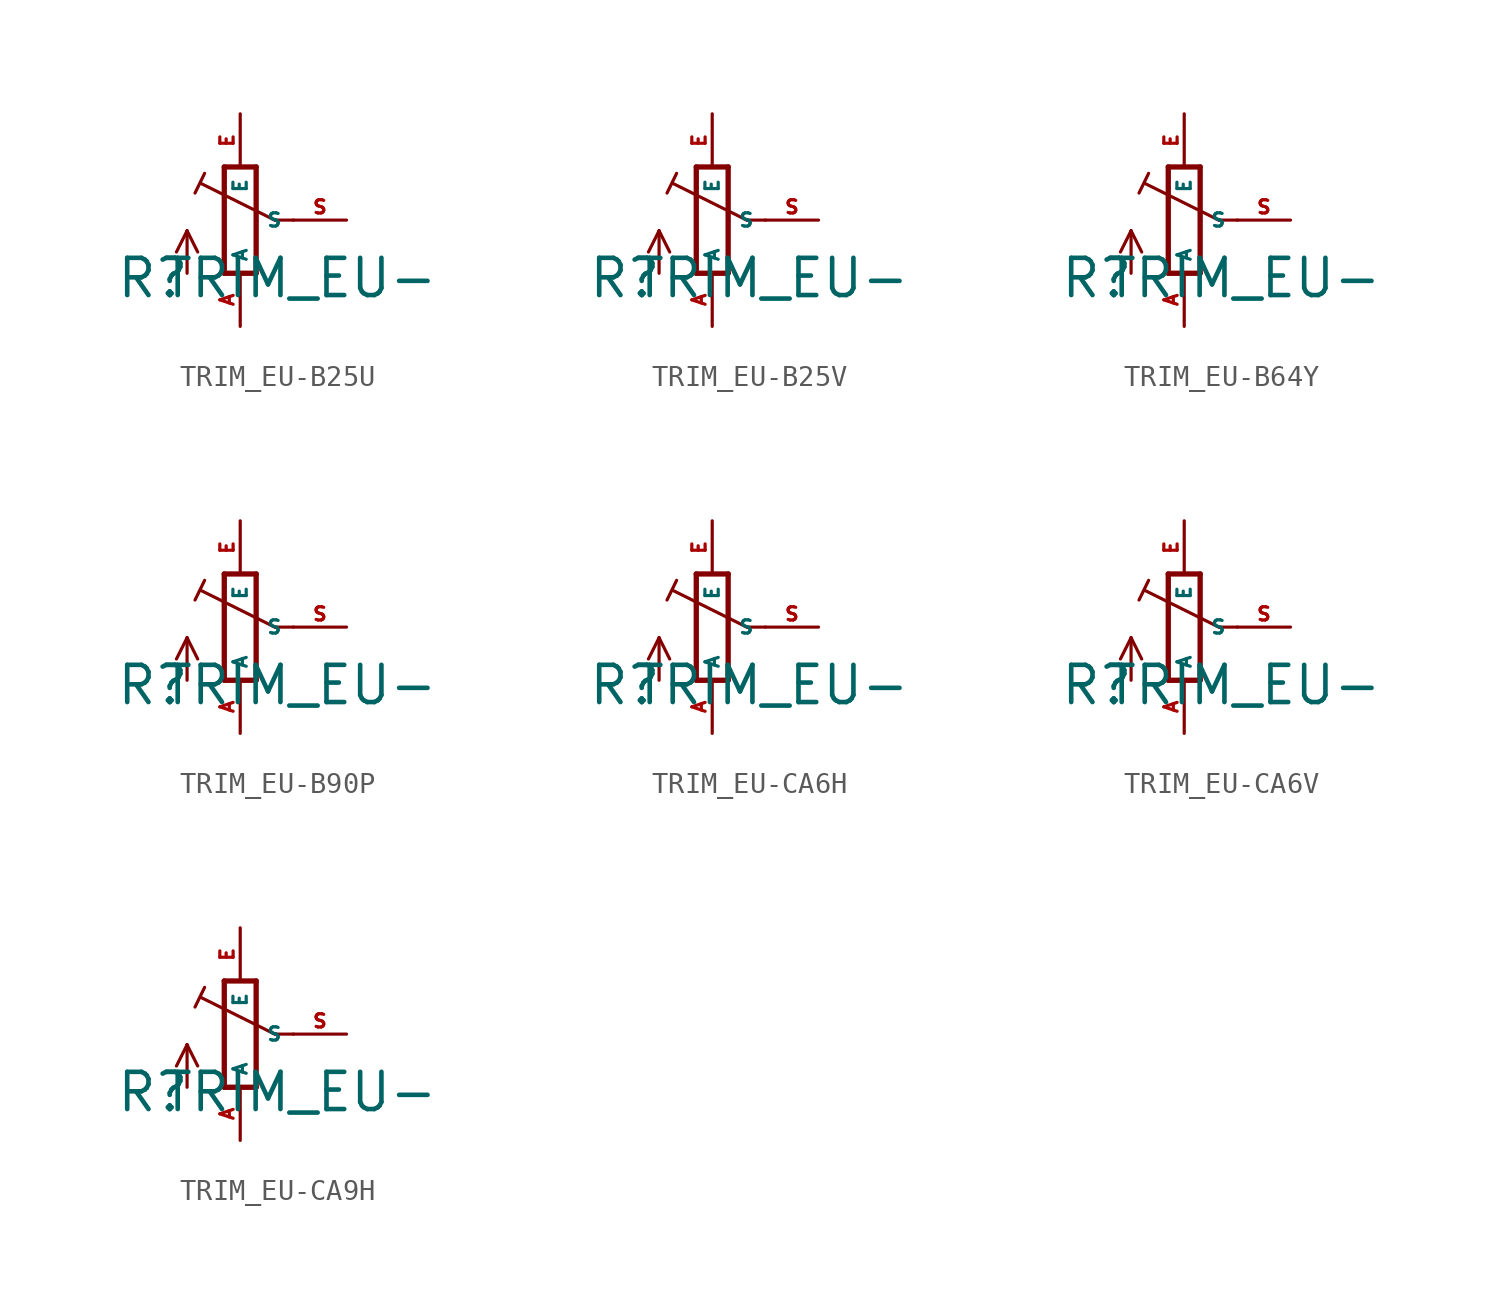
<source format=kicad_sym>
(kicad_symbol_lib
  (version 20220914)
  (generator Eagle2Kicad)
  (symbol "TRIM_EU-B25U"
    (property "Reference" "R"
      (at -5.969 -3.81 0)
      (effects (font (size 1.778 1.778) (thickness 0.22)) (justify left bottom)))
    (property "Value" "TRIM_EU-"
      (at -3.81 -3.81 0)
      (effects (font (size 1.778 1.778) (thickness 0.22)) (justify left bottom)))
    (polyline
      (pts (xy -0.762 2.54) (xy -0.762 -2.54))
      (stroke (width 0.254) (type default))
      (fill (type none)))
    (polyline
      (pts (xy 0.762 -2.54) (xy 0.762 2.54))
      (stroke (width 0.254) (type default))
      (fill (type none)))
    (polyline
      (pts (xy 2.54 0) (xy 1.651 0))
      (stroke (width 0.152) (type default))
      (fill (type none)))
    (polyline
      (pts (xy 1.651 0) (xy -1.88 1.753))
      (stroke (width 0.152) (type default))
      (fill (type none)))
    (polyline
      (pts (xy 0.762 2.54) (xy -0.762 2.54))
      (stroke (width 0.254) (type default))
      (fill (type none)))
    (polyline
      (pts (xy -0.762 -2.54) (xy 0.762 -2.54))
      (stroke (width 0.254) (type default))
      (fill (type none)))
    (polyline
      (pts (xy -2.54 -2.54) (xy -2.54 -0.508))
      (stroke (width 0.152) (type default))
      (fill (type none)))
    (polyline
      (pts (xy -2.54 -0.508) (xy -3.048 -1.524))
      (stroke (width 0.152) (type default))
      (fill (type none)))
    (polyline
      (pts (xy -2.54 -0.508) (xy -2.032 -1.524))
      (stroke (width 0.152) (type default))
      (fill (type none)))
    (polyline
      (pts (xy -2.16 1.294) (xy -1.702 2.235))
      (stroke (width 0.152) (type default))
      (fill (type none)))
    (pin passive line
      (at 0 -5.08 90)
      (length 2.54)
      (name "A" (effects (font (size 0.635 0.635) (thickness 0.08)) (justify left bottom)))
      (number "A" (effects (font (size 0.635 0.635) (thickness 0.08)) (justify left bottom))))
    (pin passive line
      (at 0 5.08 270)
      (length 2.54)
      (name "E" (effects (font (size 0.635 0.635) (thickness 0.08)) (justify left bottom)))
      (number "E" (effects (font (size 0.635 0.635) (thickness 0.08)) (justify left bottom))))
    (pin passive line
      (at 5.08 0 180)
      (length 2.54)
      (name "S" (effects (font (size 0.635 0.635) (thickness 0.08)) (justify left bottom)))
      (number "S" (effects (font (size 0.635 0.635) (thickness 0.08)) (justify left bottom)))))
  (symbol "TRIM_EU-B25V"
    (property "Reference" "R"
      (at -5.969 -3.81 0)
      (effects (font (size 1.778 1.778) (thickness 0.22)) (justify left bottom)))
    (property "Value" "TRIM_EU-"
      (at -3.81 -3.81 0)
      (effects (font (size 1.778 1.778) (thickness 0.22)) (justify left bottom)))
    (polyline
      (pts (xy -0.762 2.54) (xy -0.762 -2.54))
      (stroke (width 0.254) (type default))
      (fill (type none)))
    (polyline
      (pts (xy 0.762 -2.54) (xy 0.762 2.54))
      (stroke (width 0.254) (type default))
      (fill (type none)))
    (polyline
      (pts (xy 2.54 0) (xy 1.651 0))
      (stroke (width 0.152) (type default))
      (fill (type none)))
    (polyline
      (pts (xy 1.651 0) (xy -1.88 1.753))
      (stroke (width 0.152) (type default))
      (fill (type none)))
    (polyline
      (pts (xy 0.762 2.54) (xy -0.762 2.54))
      (stroke (width 0.254) (type default))
      (fill (type none)))
    (polyline
      (pts (xy -0.762 -2.54) (xy 0.762 -2.54))
      (stroke (width 0.254) (type default))
      (fill (type none)))
    (polyline
      (pts (xy -2.54 -2.54) (xy -2.54 -0.508))
      (stroke (width 0.152) (type default))
      (fill (type none)))
    (polyline
      (pts (xy -2.54 -0.508) (xy -3.048 -1.524))
      (stroke (width 0.152) (type default))
      (fill (type none)))
    (polyline
      (pts (xy -2.54 -0.508) (xy -2.032 -1.524))
      (stroke (width 0.152) (type default))
      (fill (type none)))
    (polyline
      (pts (xy -2.16 1.294) (xy -1.702 2.235))
      (stroke (width 0.152) (type default))
      (fill (type none)))
    (pin passive line
      (at 0 -5.08 90)
      (length 2.54)
      (name "A" (effects (font (size 0.635 0.635) (thickness 0.08)) (justify left bottom)))
      (number "A" (effects (font (size 0.635 0.635) (thickness 0.08)) (justify left bottom))))
    (pin passive line
      (at 0 5.08 270)
      (length 2.54)
      (name "E" (effects (font (size 0.635 0.635) (thickness 0.08)) (justify left bottom)))
      (number "E" (effects (font (size 0.635 0.635) (thickness 0.08)) (justify left bottom))))
    (pin passive line
      (at 5.08 0 180)
      (length 2.54)
      (name "S" (effects (font (size 0.635 0.635) (thickness 0.08)) (justify left bottom)))
      (number "S" (effects (font (size 0.635 0.635) (thickness 0.08)) (justify left bottom)))))
  (symbol "TRIM_EU-B64Y"
    (property "Reference" "R"
      (at -5.969 -3.81 0)
      (effects (font (size 1.778 1.778) (thickness 0.22)) (justify left bottom)))
    (property "Value" "TRIM_EU-"
      (at -3.81 -3.81 0)
      (effects (font (size 1.778 1.778) (thickness 0.22)) (justify left bottom)))
    (polyline
      (pts (xy -0.762 2.54) (xy -0.762 -2.54))
      (stroke (width 0.254) (type default))
      (fill (type none)))
    (polyline
      (pts (xy 0.762 -2.54) (xy 0.762 2.54))
      (stroke (width 0.254) (type default))
      (fill (type none)))
    (polyline
      (pts (xy 2.54 0) (xy 1.651 0))
      (stroke (width 0.152) (type default))
      (fill (type none)))
    (polyline
      (pts (xy 1.651 0) (xy -1.88 1.753))
      (stroke (width 0.152) (type default))
      (fill (type none)))
    (polyline
      (pts (xy 0.762 2.54) (xy -0.762 2.54))
      (stroke (width 0.254) (type default))
      (fill (type none)))
    (polyline
      (pts (xy -0.762 -2.54) (xy 0.762 -2.54))
      (stroke (width 0.254) (type default))
      (fill (type none)))
    (polyline
      (pts (xy -2.54 -2.54) (xy -2.54 -0.508))
      (stroke (width 0.152) (type default))
      (fill (type none)))
    (polyline
      (pts (xy -2.54 -0.508) (xy -3.048 -1.524))
      (stroke (width 0.152) (type default))
      (fill (type none)))
    (polyline
      (pts (xy -2.54 -0.508) (xy -2.032 -1.524))
      (stroke (width 0.152) (type default))
      (fill (type none)))
    (polyline
      (pts (xy -2.16 1.294) (xy -1.702 2.235))
      (stroke (width 0.152) (type default))
      (fill (type none)))
    (pin passive line
      (at 0 -5.08 90)
      (length 2.54)
      (name "A" (effects (font (size 0.635 0.635) (thickness 0.08)) (justify left bottom)))
      (number "A" (effects (font (size 0.635 0.635) (thickness 0.08)) (justify left bottom))))
    (pin passive line
      (at 0 5.08 270)
      (length 2.54)
      (name "E" (effects (font (size 0.635 0.635) (thickness 0.08)) (justify left bottom)))
      (number "E" (effects (font (size 0.635 0.635) (thickness 0.08)) (justify left bottom))))
    (pin passive line
      (at 5.08 0 180)
      (length 2.54)
      (name "S" (effects (font (size 0.635 0.635) (thickness 0.08)) (justify left bottom)))
      (number "S" (effects (font (size 0.635 0.635) (thickness 0.08)) (justify left bottom)))))
  (symbol "TRIM_EU-B90P"
    (property "Reference" "R"
      (at -5.969 -3.81 0)
      (effects (font (size 1.778 1.778) (thickness 0.22)) (justify left bottom)))
    (property "Value" "TRIM_EU-"
      (at -3.81 -3.81 0)
      (effects (font (size 1.778 1.778) (thickness 0.22)) (justify left bottom)))
    (polyline
      (pts (xy -0.762 2.54) (xy -0.762 -2.54))
      (stroke (width 0.254) (type default))
      (fill (type none)))
    (polyline
      (pts (xy 0.762 -2.54) (xy 0.762 2.54))
      (stroke (width 0.254) (type default))
      (fill (type none)))
    (polyline
      (pts (xy 2.54 0) (xy 1.651 0))
      (stroke (width 0.152) (type default))
      (fill (type none)))
    (polyline
      (pts (xy 1.651 0) (xy -1.88 1.753))
      (stroke (width 0.152) (type default))
      (fill (type none)))
    (polyline
      (pts (xy 0.762 2.54) (xy -0.762 2.54))
      (stroke (width 0.254) (type default))
      (fill (type none)))
    (polyline
      (pts (xy -0.762 -2.54) (xy 0.762 -2.54))
      (stroke (width 0.254) (type default))
      (fill (type none)))
    (polyline
      (pts (xy -2.54 -2.54) (xy -2.54 -0.508))
      (stroke (width 0.152) (type default))
      (fill (type none)))
    (polyline
      (pts (xy -2.54 -0.508) (xy -3.048 -1.524))
      (stroke (width 0.152) (type default))
      (fill (type none)))
    (polyline
      (pts (xy -2.54 -0.508) (xy -2.032 -1.524))
      (stroke (width 0.152) (type default))
      (fill (type none)))
    (polyline
      (pts (xy -2.16 1.294) (xy -1.702 2.235))
      (stroke (width 0.152) (type default))
      (fill (type none)))
    (pin passive line
      (at 0 -5.08 90)
      (length 2.54)
      (name "A" (effects (font (size 0.635 0.635) (thickness 0.08)) (justify left bottom)))
      (number "A" (effects (font (size 0.635 0.635) (thickness 0.08)) (justify left bottom))))
    (pin passive line
      (at 0 5.08 270)
      (length 2.54)
      (name "E" (effects (font (size 0.635 0.635) (thickness 0.08)) (justify left bottom)))
      (number "E" (effects (font (size 0.635 0.635) (thickness 0.08)) (justify left bottom))))
    (pin passive line
      (at 5.08 0 180)
      (length 2.54)
      (name "S" (effects (font (size 0.635 0.635) (thickness 0.08)) (justify left bottom)))
      (number "S" (effects (font (size 0.635 0.635) (thickness 0.08)) (justify left bottom)))))
  (symbol "TRIM_EU-CA6H"
    (property "Reference" "R"
      (at -5.969 -3.81 0)
      (effects (font (size 1.778 1.778) (thickness 0.22)) (justify left bottom)))
    (property "Value" "TRIM_EU-"
      (at -3.81 -3.81 0)
      (effects (font (size 1.778 1.778) (thickness 0.22)) (justify left bottom)))
    (polyline
      (pts (xy -0.762 2.54) (xy -0.762 -2.54))
      (stroke (width 0.254) (type default))
      (fill (type none)))
    (polyline
      (pts (xy 0.762 -2.54) (xy 0.762 2.54))
      (stroke (width 0.254) (type default))
      (fill (type none)))
    (polyline
      (pts (xy 2.54 0) (xy 1.651 0))
      (stroke (width 0.152) (type default))
      (fill (type none)))
    (polyline
      (pts (xy 1.651 0) (xy -1.88 1.753))
      (stroke (width 0.152) (type default))
      (fill (type none)))
    (polyline
      (pts (xy 0.762 2.54) (xy -0.762 2.54))
      (stroke (width 0.254) (type default))
      (fill (type none)))
    (polyline
      (pts (xy -0.762 -2.54) (xy 0.762 -2.54))
      (stroke (width 0.254) (type default))
      (fill (type none)))
    (polyline
      (pts (xy -2.54 -2.54) (xy -2.54 -0.508))
      (stroke (width 0.152) (type default))
      (fill (type none)))
    (polyline
      (pts (xy -2.54 -0.508) (xy -3.048 -1.524))
      (stroke (width 0.152) (type default))
      (fill (type none)))
    (polyline
      (pts (xy -2.54 -0.508) (xy -2.032 -1.524))
      (stroke (width 0.152) (type default))
      (fill (type none)))
    (polyline
      (pts (xy -2.16 1.294) (xy -1.702 2.235))
      (stroke (width 0.152) (type default))
      (fill (type none)))
    (pin passive line
      (at 0 -5.08 90)
      (length 2.54)
      (name "A" (effects (font (size 0.635 0.635) (thickness 0.08)) (justify left bottom)))
      (number "A" (effects (font (size 0.635 0.635) (thickness 0.08)) (justify left bottom))))
    (pin passive line
      (at 0 5.08 270)
      (length 2.54)
      (name "E" (effects (font (size 0.635 0.635) (thickness 0.08)) (justify left bottom)))
      (number "E" (effects (font (size 0.635 0.635) (thickness 0.08)) (justify left bottom))))
    (pin passive line
      (at 5.08 0 180)
      (length 2.54)
      (name "S" (effects (font (size 0.635 0.635) (thickness 0.08)) (justify left bottom)))
      (number "S" (effects (font (size 0.635 0.635) (thickness 0.08)) (justify left bottom)))))
  (symbol "TRIM_EU-CA6V"
    (property "Reference" "R"
      (at -5.969 -3.81 0)
      (effects (font (size 1.778 1.778) (thickness 0.22)) (justify left bottom)))
    (property "Value" "TRIM_EU-"
      (at -3.81 -3.81 0)
      (effects (font (size 1.778 1.778) (thickness 0.22)) (justify left bottom)))
    (polyline
      (pts (xy -0.762 2.54) (xy -0.762 -2.54))
      (stroke (width 0.254) (type default))
      (fill (type none)))
    (polyline
      (pts (xy 0.762 -2.54) (xy 0.762 2.54))
      (stroke (width 0.254) (type default))
      (fill (type none)))
    (polyline
      (pts (xy 2.54 0) (xy 1.651 0))
      (stroke (width 0.152) (type default))
      (fill (type none)))
    (polyline
      (pts (xy 1.651 0) (xy -1.88 1.753))
      (stroke (width 0.152) (type default))
      (fill (type none)))
    (polyline
      (pts (xy 0.762 2.54) (xy -0.762 2.54))
      (stroke (width 0.254) (type default))
      (fill (type none)))
    (polyline
      (pts (xy -0.762 -2.54) (xy 0.762 -2.54))
      (stroke (width 0.254) (type default))
      (fill (type none)))
    (polyline
      (pts (xy -2.54 -2.54) (xy -2.54 -0.508))
      (stroke (width 0.152) (type default))
      (fill (type none)))
    (polyline
      (pts (xy -2.54 -0.508) (xy -3.048 -1.524))
      (stroke (width 0.152) (type default))
      (fill (type none)))
    (polyline
      (pts (xy -2.54 -0.508) (xy -2.032 -1.524))
      (stroke (width 0.152) (type default))
      (fill (type none)))
    (polyline
      (pts (xy -2.16 1.294) (xy -1.702 2.235))
      (stroke (width 0.152) (type default))
      (fill (type none)))
    (pin passive line
      (at 0 -5.08 90)
      (length 2.54)
      (name "A" (effects (font (size 0.635 0.635) (thickness 0.08)) (justify left bottom)))
      (number "A" (effects (font (size 0.635 0.635) (thickness 0.08)) (justify left bottom))))
    (pin passive line
      (at 0 5.08 270)
      (length 2.54)
      (name "E" (effects (font (size 0.635 0.635) (thickness 0.08)) (justify left bottom)))
      (number "E" (effects (font (size 0.635 0.635) (thickness 0.08)) (justify left bottom))))
    (pin passive line
      (at 5.08 0 180)
      (length 2.54)
      (name "S" (effects (font (size 0.635 0.635) (thickness 0.08)) (justify left bottom)))
      (number "S" (effects (font (size 0.635 0.635) (thickness 0.08)) (justify left bottom)))))
  (symbol "TRIM_EU-CA9H"
    (property "Reference" "R"
      (at -5.969 -3.81 0)
      (effects (font (size 1.778 1.778) (thickness 0.22)) (justify left bottom)))
    (property "Value" "TRIM_EU-"
      (at -3.81 -3.81 0)
      (effects (font (size 1.778 1.778) (thickness 0.22)) (justify left bottom)))
    (polyline
      (pts (xy -0.762 2.54) (xy -0.762 -2.54))
      (stroke (width 0.254) (type default))
      (fill (type none)))
    (polyline
      (pts (xy 0.762 -2.54) (xy 0.762 2.54))
      (stroke (width 0.254) (type default))
      (fill (type none)))
    (polyline
      (pts (xy 2.54 0) (xy 1.651 0))
      (stroke (width 0.152) (type default))
      (fill (type none)))
    (polyline
      (pts (xy 1.651 0) (xy -1.88 1.753))
      (stroke (width 0.152) (type default))
      (fill (type none)))
    (polyline
      (pts (xy 0.762 2.54) (xy -0.762 2.54))
      (stroke (width 0.254) (type default))
      (fill (type none)))
    (polyline
      (pts (xy -0.762 -2.54) (xy 0.762 -2.54))
      (stroke (width 0.254) (type default))
      (fill (type none)))
    (polyline
      (pts (xy -2.54 -2.54) (xy -2.54 -0.508))
      (stroke (width 0.152) (type default))
      (fill (type none)))
    (polyline
      (pts (xy -2.54 -0.508) (xy -3.048 -1.524))
      (stroke (width 0.152) (type default))
      (fill (type none)))
    (polyline
      (pts (xy -2.54 -0.508) (xy -2.032 -1.524))
      (stroke (width 0.152) (type default))
      (fill (type none)))
    (polyline
      (pts (xy -2.16 1.294) (xy -1.702 2.235))
      (stroke (width 0.152) (type default))
      (fill (type none)))
    (pin passive line
      (at 0 -5.08 90)
      (length 2.54)
      (name "A" (effects (font (size 0.635 0.635) (thickness 0.08)) (justify left bottom)))
      (number "A" (effects (font (size 0.635 0.635) (thickness 0.08)) (justify left bottom))))
    (pin passive line
      (at 0 5.08 270)
      (length 2.54)
      (name "E" (effects (font (size 0.635 0.635) (thickness 0.08)) (justify left bottom)))
      (number "E" (effects (font (size 0.635 0.635) (thickness 0.08)) (justify left bottom))))
    (pin passive line
      (at 5.08 0 180)
      (length 2.54)
      (name "S" (effects (font (size 0.635 0.635) (thickness 0.08)) (justify left bottom)))
      (number "S" (effects (font (size 0.635 0.635) (thickness 0.08)) (justify left bottom))))))
</source>
